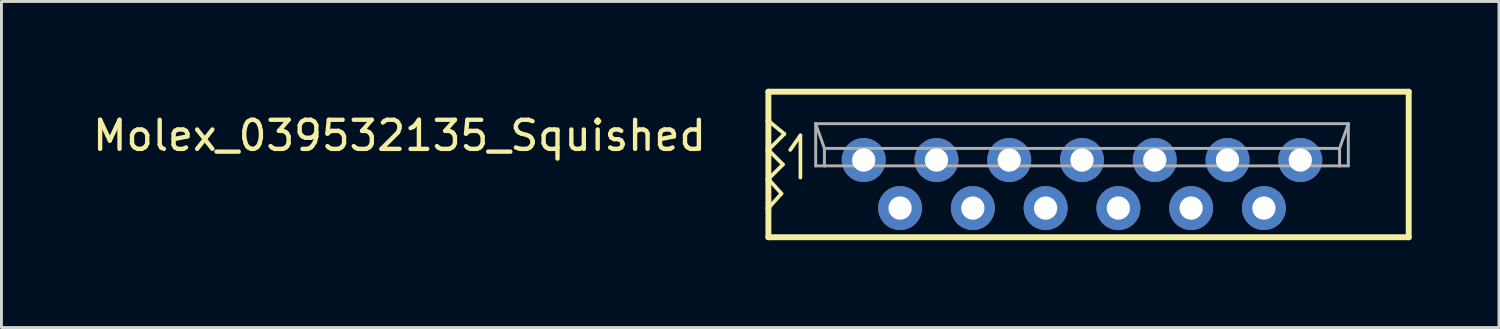
<source format=kicad_pcb>
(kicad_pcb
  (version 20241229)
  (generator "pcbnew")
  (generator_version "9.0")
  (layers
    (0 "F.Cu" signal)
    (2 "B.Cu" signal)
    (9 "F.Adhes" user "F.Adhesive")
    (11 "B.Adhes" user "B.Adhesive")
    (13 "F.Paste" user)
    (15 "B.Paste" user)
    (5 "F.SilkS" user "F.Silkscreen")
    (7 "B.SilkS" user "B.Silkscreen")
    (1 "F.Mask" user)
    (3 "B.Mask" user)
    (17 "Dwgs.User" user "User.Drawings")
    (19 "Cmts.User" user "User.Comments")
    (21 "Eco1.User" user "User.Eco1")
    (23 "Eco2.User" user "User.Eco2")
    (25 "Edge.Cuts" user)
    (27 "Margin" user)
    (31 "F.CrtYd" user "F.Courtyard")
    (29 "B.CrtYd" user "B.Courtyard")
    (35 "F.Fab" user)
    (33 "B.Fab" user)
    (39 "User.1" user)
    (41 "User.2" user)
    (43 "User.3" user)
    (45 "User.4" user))
  (footprint "Molex_039532135_Squished"
    (layer "F.Cu")
    (at 34.125 2.449)
    (property "Reference" "Molex_039532135_Squished" (at -12.827 -0.254 0) (layer "F.SilkS") (effects (font (size 1 1) (thickness 0.15)) (justify right bottom)))
    (attr through_hole)
    (fp_line (start -10.775 -2.348) (end -10.775 -1.348) (stroke (width 0.203) (type solid)) (layer "F.SilkS"))
    (fp_line (start -10.775 -1.348) (end -10.775 -0.348) (stroke (width 0.203) (type solid)) (layer "F.SilkS"))
    (fp_line (start -10.775 -0.348) (end -10.775 0.652) (stroke (width 0.203) (type solid)) (layer "F.SilkS"))
    (fp_line (start -10.775 -0.348) (end -10.225 -0.898) (stroke (width 0.127) (type solid)) (layer "F.SilkS"))
    (fp_line (start -10.775 0.652) (end -10.775 1.652) (stroke (width 0.203) (type solid)) (layer "F.SilkS"))
    (fp_line (start -10.775 0.652) (end -10.275 0.152) (stroke (width 0.127) (type solid)) (layer "F.SilkS"))
    (fp_line (start -10.775 1.652) (end -10.775 2.652) (stroke (width 0.203) (type solid)) (layer "F.SilkS"))
    (fp_line (start -10.775 1.652) (end -10.325 1.152) (stroke (width 0.127) (type solid)) (layer "F.SilkS"))
    (fp_line (start -10.775 2.652) (end 11.225 2.652) (stroke (width 0.203) (type solid)) (layer "F.SilkS"))
    (fp_line (start -10.325 1.152) (end -10.775 0.652) (stroke (width 0.127) (type solid)) (layer "F.SilkS"))
    (fp_line (start -10.275 0.152) (end -10.775 -0.348) (stroke (width 0.127) (type solid)) (layer "F.SilkS"))
    (fp_line (start -10.225 -0.898) (end -10.775 -1.348) (stroke (width 0.127) (type solid)) (layer "F.SilkS"))
    (fp_line (start -10.025 -0.348) (end -9.675 -0.848) (stroke (width 0.127) (type solid)) (layer "F.SilkS"))
    (fp_line (start -9.675 -0.848) (end -9.675 0.602) (stroke (width 0.127) (type solid)) (layer "F.SilkS"))
    (fp_line (start 11.225 -2.348) (end -10.775 -2.348) (stroke (width 0.203) (type solid)) (layer "F.SilkS"))
    (fp_line (start 11.225 2.652) (end 11.225 -2.348) (stroke (width 0.203) (type solid)) (layer "F.SilkS"))
    (fp_line (start -9.15 -1.25) (end -8.85 -0.4) (stroke (width 0.102) (type solid)) (layer "F.Fab"))
    (fp_line (start -9.15 -1.25) (end 9.15 -1.25) (stroke (width 0.102) (type solid)) (layer "F.Fab"))
    (fp_line (start -9.15 0.2) (end -9.15 -1.25) (stroke (width 0.102) (type solid)) (layer "F.Fab"))
    (fp_line (start -8.85 -0.4) (end -8.85 0.2) (stroke (width 0.102) (type solid)) (layer "F.Fab"))
    (fp_line (start -8.85 0.2) (end -9.15 0.2) (stroke (width 0.102) (type solid)) (layer "F.Fab"))
    (fp_line (start -8.85 0.2) (end 8.85 0.2) (stroke (width 0.102) (type solid)) (layer "F.Fab"))
    (fp_line (start 8.85 -0.4) (end -8.85 -0.4) (stroke (width 0.102) (type solid)) (layer "F.Fab"))
    (fp_line (start 8.85 -0.4) (end 9.15 -1.25) (stroke (width 0.102) (type solid)) (layer "F.Fab"))
    (fp_line (start 8.85 0.2) (end 8.85 -0.4) (stroke (width 0.102) (type solid)) (layer "F.Fab"))
    (fp_line (start 9.15 -1.25) (end 9.15 0.2) (stroke (width 0.102) (type solid)) (layer "F.Fab"))
    (fp_line (start 9.15 0.2) (end 8.85 0.2) (stroke (width 0.102) (type solid)) (layer "F.Fab"))
    (pad "1" thru_hole circle (at -7.5 0) (size 1.511 1.511) (drill 0.8) (layers "*.Cu" "*.Mask"))
    (pad "2" thru_hole circle (at -6.25 1.65) (size 1.511 1.511) (drill 0.8) (layers "*.Cu" "*.Mask"))
    (pad "3" thru_hole circle (at -5 0) (size 1.511 1.511) (drill 0.8) (layers "*.Cu" "*.Mask"))
    (pad "4" thru_hole circle (at -3.75 1.65) (size 1.511 1.511) (drill 0.8) (layers "*.Cu" "*.Mask"))
    (pad "5" thru_hole circle (at -2.5 0) (size 1.511 1.511) (drill 0.8) (layers "*.Cu" "*.Mask"))
    (pad "6" thru_hole circle (at -1.25 1.65) (size 1.511 1.511) (drill 0.8) (layers "*.Cu" "*.Mask"))
    (pad "7" thru_hole circle (at 0 0) (size 1.511 1.511) (drill 0.8) (layers "*.Cu" "*.Mask"))
    (pad "8" thru_hole circle (at 1.25 1.65) (size 1.511 1.511) (drill 0.8) (layers "*.Cu" "*.Mask"))
    (pad "9" thru_hole circle (at 2.5 0) (size 1.511 1.511) (drill 0.8) (layers "*.Cu" "*.Mask"))
    (pad "10" thru_hole circle (at 3.75 1.65) (size 1.511 1.511) (drill 0.8) (layers "*.Cu" "*.Mask"))
    (pad "11" thru_hole circle (at 5 0) (size 1.511 1.511) (drill 0.8) (layers "*.Cu" "*.Mask"))
    (pad "12" thru_hole circle (at 6.25 1.65) (size 1.511 1.511) (drill 0.8) (layers "*.Cu" "*.Mask"))
    (pad "13" thru_hole circle (at 7.5 0) (size 1.511 1.511) (drill 0.8) (layers "*.Cu" "*.Mask")))
  (gr_rect
    (start -3 -3)
    (end 48.451 8.203)
    (stroke (width 0.1) (type default))
    (fill no)
    (layer "Edge.Cuts")))
</source>
